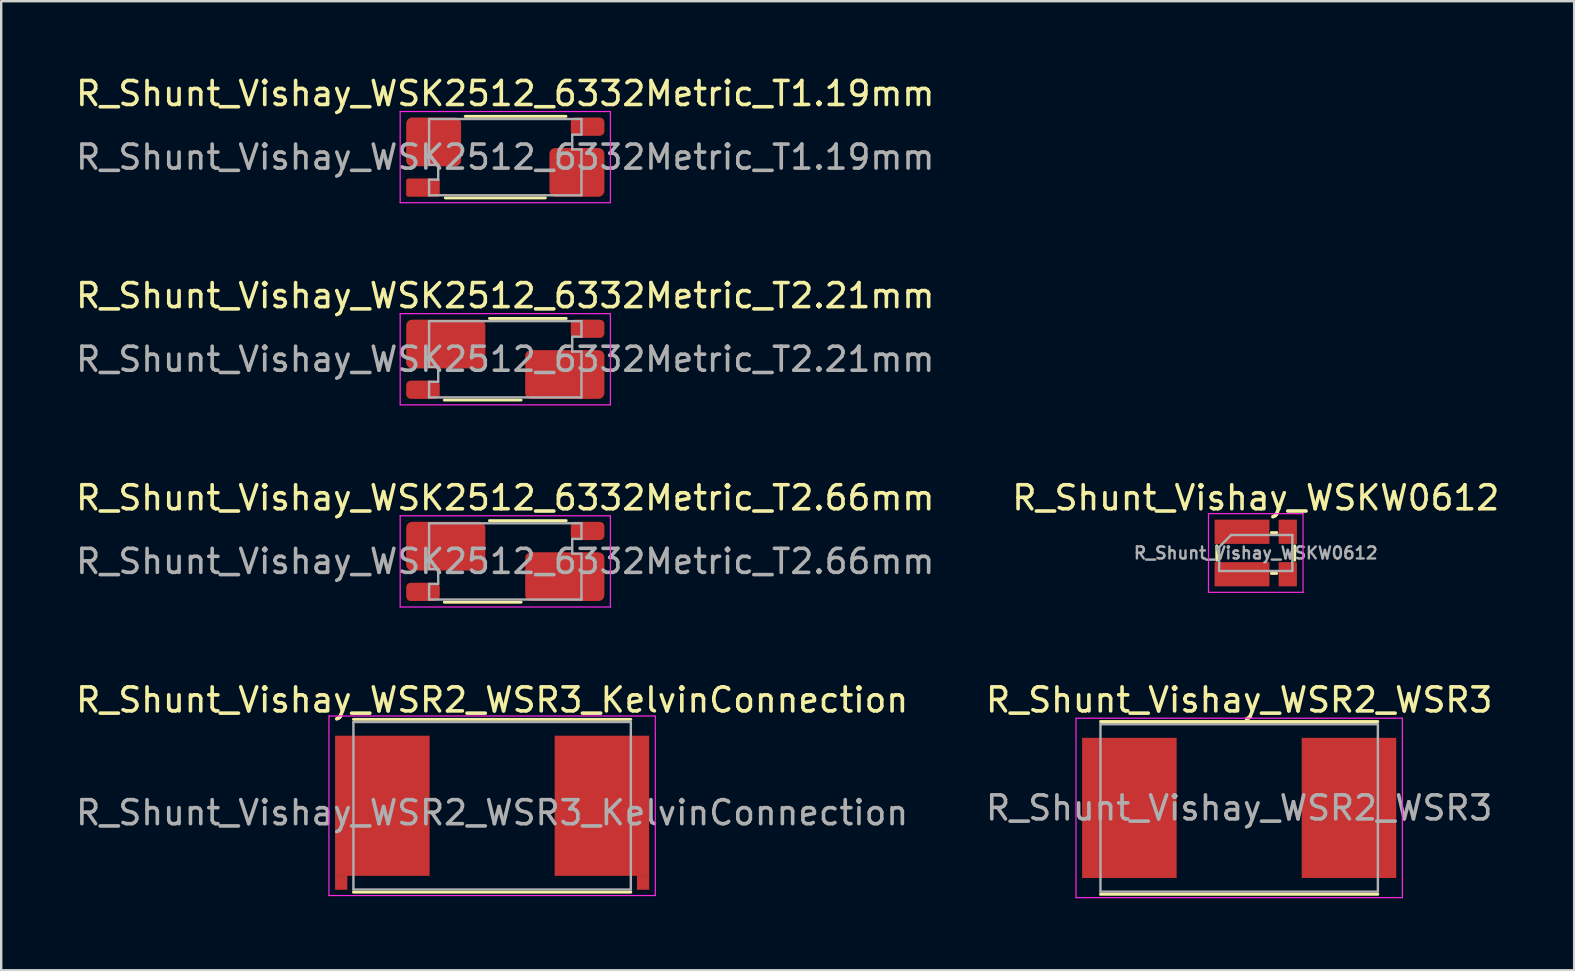
<source format=kicad_pcb>
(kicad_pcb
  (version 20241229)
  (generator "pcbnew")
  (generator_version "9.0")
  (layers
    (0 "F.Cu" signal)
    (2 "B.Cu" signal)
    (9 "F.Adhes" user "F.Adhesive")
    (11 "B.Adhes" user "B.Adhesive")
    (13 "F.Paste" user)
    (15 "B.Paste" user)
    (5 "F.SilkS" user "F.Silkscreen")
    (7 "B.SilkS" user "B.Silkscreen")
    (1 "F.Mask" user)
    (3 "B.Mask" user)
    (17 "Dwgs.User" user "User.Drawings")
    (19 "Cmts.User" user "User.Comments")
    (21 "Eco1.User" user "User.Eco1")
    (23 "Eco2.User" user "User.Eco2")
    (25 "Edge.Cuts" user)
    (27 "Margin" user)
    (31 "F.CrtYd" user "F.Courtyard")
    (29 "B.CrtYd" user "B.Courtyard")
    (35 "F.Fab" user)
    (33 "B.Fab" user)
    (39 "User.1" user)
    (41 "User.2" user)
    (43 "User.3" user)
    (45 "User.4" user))
  (footprint "R_Shunt_Vishay_WSR2_WSR3"
    (layer "F.Cu")
    (at 48.589 30.618)
    (property "Reference" "R_Shunt_Vishay_WSR2_WSR3" (at 0 -4.5 0) (layer "F.SilkS") (effects (font (size 1 1) (thickness 0.15))))
    (attr smd)
    (fp_line (start -5.78 -3.6) (end 5.78 -3.6) (stroke (width 0.12) (type solid)) (layer "F.SilkS"))
    (fp_line (start -5.78 3.6) (end 5.78 3.6) (stroke (width 0.12) (type solid)) (layer "F.SilkS"))
    (fp_line (start -6.8 -3.74) (end -6.8 3.74) (stroke (width 0.05) (type solid)) (layer "F.CrtYd"))
    (fp_line (start -6.8 -3.74) (end 6.8 -3.74) (stroke (width 0.05) (type solid)) (layer "F.CrtYd"))
    (fp_line (start -6.8 3.74) (end 6.8 3.74) (stroke (width 0.05) (type solid)) (layer "F.CrtYd"))
    (fp_line (start 6.8 -3.74) (end 6.8 3.74) (stroke (width 0.05) (type solid)) (layer "F.CrtYd"))
    (fp_line (start -5.78 -3.49) (end -5.78 3.49) (stroke (width 0.1) (type solid)) (layer "F.Fab"))
    (fp_line (start -5.78 -3.49) (end 5.78 -3.49) (stroke (width 0.1) (type solid)) (layer "F.Fab"))
    (fp_line (start -5.78 3.49) (end 5.78 3.49) (stroke (width 0.1) (type solid)) (layer "F.Fab"))
    (fp_line (start 5.78 -3.49) (end 5.78 3.49) (stroke (width 0.1) (type solid)) (layer "F.Fab"))
    (fp_text user "${REFERENCE}" (at 0 0 0) (layer "F.Fab") (effects (font (size 1 1) (thickness 0.15))))
    (pad "1" smd rect (at -4.575 0) (size 3.94 5.84) (layers "F.Cu" "F.Mask" "F.Paste"))
    (pad "2" smd rect (at 4.575 0) (size 3.94 5.84) (layers "F.Cu" "F.Mask" "F.Paste")))
  (footprint "R_Shunt_Vishay_WSK2512_6332Metric_T1.19mm"
    (layer "F.Cu")
    (at 18.006 3.498)
    (property "Reference" "R_Shunt_Vishay_WSK2512_6332Metric_T1.19mm" (at 0 -2.65 0) (layer "F.SilkS") (effects (font (size 1 1) (thickness 0.15))))
    (attr smd)
    (fp_line (start -2.5 1.7) (end 1.67 1.7) (stroke (width 0.12) (type solid)) (layer "F.SilkS"))
    (fp_line (start -1.67 -1.7) (end 2.53 -1.7) (stroke (width 0.12) (type solid)) (layer "F.SilkS"))
    (fp_line (start -4.38 -1.9) (end 4.38 -1.9) (stroke (width 0.05) (type solid)) (layer "F.CrtYd"))
    (fp_line (start -4.38 1.9) (end -4.38 -1.9) (stroke (width 0.05) (type solid)) (layer "F.CrtYd"))
    (fp_line (start 4.38 -1.9) (end 4.38 1.9) (stroke (width 0.05) (type solid)) (layer "F.CrtYd"))
    (fp_line (start 4.38 1.9) (end -4.38 1.9) (stroke (width 0.05) (type solid)) (layer "F.CrtYd"))
    (fp_line (start -3.175 -1.59) (end 3.175 -1.59) (stroke (width 0.1) (type solid)) (layer "F.Fab"))
    (fp_line (start -3.175 0.32) (end -3.175 -1.59) (stroke (width 0.1) (type solid)) (layer "F.Fab"))
    (fp_line (start -3.175 0.32) (end -2.795 0.32) (stroke (width 0.1) (type solid)) (layer "F.Fab"))
    (fp_line (start -3.175 0.94) (end -3.175 1.59) (stroke (width 0.1) (type solid)) (layer "F.Fab"))
    (fp_line (start -3.175 0.94) (end -2.795 0.94) (stroke (width 0.1) (type solid)) (layer "F.Fab"))
    (fp_line (start -2.795 0.94) (end -2.795 0.32) (stroke (width 0.1) (type solid)) (layer "F.Fab"))
    (fp_line (start 2.79 -0.94) (end 3.17 -0.94) (stroke (width 0.1) (type solid)) (layer "F.Fab"))
    (fp_line (start 2.79 -0.32) (end 2.79 -0.94) (stroke (width 0.1) (type solid)) (layer "F.Fab"))
    (fp_line (start 2.79 -0.32) (end 3.17 -0.32) (stroke (width 0.1) (type solid)) (layer "F.Fab"))
    (fp_line (start 3.175 -0.94) (end 3.175 -1.59) (stroke (width 0.1) (type solid)) (layer "F.Fab"))
    (fp_line (start 3.175 -0.32) (end 3.175 1.59) (stroke (width 0.1) (type solid)) (layer "F.Fab"))
    (fp_line (start 3.175 1.59) (end -3.175 1.59) (stroke (width 0.1) (type solid)) (layer "F.Fab"))
    (fp_text user "${REFERENCE}" (at 0 0 0) (layer "F.Fab") (effects (font (size 1 1) (thickness 0.15))))
    (pad "1" smd roundrect (at -2.985 -0.635) (size 2.29 2.03) (layers "F.Cu" "F.Mask" "F.Paste") (roundrect_rratio 0.12))
    (pad "2" smd roundrect (at -3.43 1.27) (size 1.4 0.76) (layers "F.Cu" "F.Mask" "F.Paste") (roundrect_rratio 0.12))
    (pad "3" smd roundrect (at 3.43 -1.27) (size 1.4 0.76) (layers "F.Cu" "F.Mask" "F.Paste") (roundrect_rratio 0.25))
    (pad "4" smd roundrect (at 2.985 0.635) (size 2.29 2.03) (layers "F.Cu" "F.Mask" "F.Paste") (roundrect_rratio 0.12)))
  (footprint "R_Shunt_Vishay_WSK2512_6332Metric_T2.66mm"
    (layer "F.Cu")
    (at 18.006 20.345)
    (property "Reference" "R_Shunt_Vishay_WSK2512_6332Metric_T2.66mm" (at 0 -2.65 0) (layer "F.SilkS") (effects (font (size 1 1) (thickness 0.15))))
    (attr smd)
    (fp_line (start -2.54 1.7) (end 0.66 1.7) (stroke (width 0.12) (type solid)) (layer "F.SilkS"))
    (fp_line (start -0.66 -1.7) (end 2.54 -1.7) (stroke (width 0.12) (type solid)) (layer "F.SilkS"))
    (fp_line (start -4.38 -1.9) (end 4.38 -1.9) (stroke (width 0.05) (type solid)) (layer "F.CrtYd"))
    (fp_line (start -4.38 1.9) (end -4.38 -1.9) (stroke (width 0.05) (type solid)) (layer "F.CrtYd"))
    (fp_line (start 4.38 -1.9) (end 4.38 1.9) (stroke (width 0.05) (type solid)) (layer "F.CrtYd"))
    (fp_line (start 4.38 1.9) (end -4.38 1.9) (stroke (width 0.05) (type solid)) (layer "F.CrtYd"))
    (fp_line (start -3.175 -1.59) (end 3.175 -1.59) (stroke (width 0.1) (type solid)) (layer "F.Fab"))
    (fp_line (start -3.175 0.32) (end -3.175 -1.59) (stroke (width 0.1) (type solid)) (layer "F.Fab"))
    (fp_line (start -3.175 0.32) (end -2.795 0.32) (stroke (width 0.1) (type solid)) (layer "F.Fab"))
    (fp_line (start -3.175 0.94) (end -3.175 1.59) (stroke (width 0.1) (type solid)) (layer "F.Fab"))
    (fp_line (start -3.175 0.94) (end -2.795 0.94) (stroke (width 0.1) (type solid)) (layer "F.Fab"))
    (fp_line (start -2.795 0.94) (end -2.795 0.32) (stroke (width 0.1) (type solid)) (layer "F.Fab"))
    (fp_line (start 2.79 -0.94) (end 3.17 -0.94) (stroke (width 0.1) (type solid)) (layer "F.Fab"))
    (fp_line (start 2.79 -0.32) (end 2.79 -0.94) (stroke (width 0.1) (type solid)) (layer "F.Fab"))
    (fp_line (start 2.79 -0.32) (end 3.17 -0.32) (stroke (width 0.1) (type solid)) (layer "F.Fab"))
    (fp_line (start 3.175 -0.94) (end 3.175 -1.59) (stroke (width 0.1) (type solid)) (layer "F.Fab"))
    (fp_line (start 3.175 -0.32) (end 3.175 1.59) (stroke (width 0.1) (type solid)) (layer "F.Fab"))
    (fp_line (start 3.175 1.59) (end -3.175 1.59) (stroke (width 0.1) (type solid)) (layer "F.Fab"))
    (fp_text user "${REFERENCE}" (at 0 0 0) (layer "F.Fab") (effects (font (size 1 1) (thickness 0.15))))
    (pad "1" smd roundrect (at -2.48 -0.635) (size 3.3 2.03) (layers "F.Cu" "F.Mask" "F.Paste") (roundrect_rratio 0.12))
    (pad "2" smd roundrect (at -3.43 1.27) (size 1.4 0.76) (layers "F.Cu" "F.Mask" "F.Paste") (roundrect_rratio 0.25))
    (pad "3" smd roundrect (at 3.43 -1.27) (size 1.4 0.76) (layers "F.Cu" "F.Mask" "F.Paste") (roundrect_rratio 0.25))
    (pad "4" smd roundrect (at 2.48 0.635) (size 3.3 2.03) (layers "F.Cu" "F.Mask" "F.Paste") (roundrect_rratio 0.12)))
  (footprint "R_Shunt_Vishay_WSK2512_6332Metric_T2.21mm"
    (layer "F.Cu")
    (at 18.006 11.921)
    (property "Reference" "R_Shunt_Vishay_WSK2512_6332Metric_T2.21mm" (at 0 -2.65 0) (layer "F.SilkS") (effects (font (size 1 1) (thickness 0.15))))
    (attr smd)
    (fp_line (start -2.54 1.7) (end 0.66 1.7) (stroke (width 0.12) (type solid)) (layer "F.SilkS"))
    (fp_line (start -0.66 -1.7) (end 2.54 -1.7) (stroke (width 0.12) (type solid)) (layer "F.SilkS"))
    (fp_line (start -4.38 -1.9) (end 4.38 -1.9) (stroke (width 0.05) (type solid)) (layer "F.CrtYd"))
    (fp_line (start -4.38 1.9) (end -4.38 -1.9) (stroke (width 0.05) (type solid)) (layer "F.CrtYd"))
    (fp_line (start 4.38 -1.9) (end 4.38 1.9) (stroke (width 0.05) (type solid)) (layer "F.CrtYd"))
    (fp_line (start 4.38 1.9) (end -4.38 1.9) (stroke (width 0.05) (type solid)) (layer "F.CrtYd"))
    (fp_line (start -3.175 -1.59) (end 3.175 -1.59) (stroke (width 0.1) (type solid)) (layer "F.Fab"))
    (fp_line (start -3.175 0.32) (end -3.175 -1.59) (stroke (width 0.1) (type solid)) (layer "F.Fab"))
    (fp_line (start -3.175 0.32) (end -2.795 0.32) (stroke (width 0.1) (type solid)) (layer "F.Fab"))
    (fp_line (start -3.175 0.94) (end -3.175 1.59) (stroke (width 0.1) (type solid)) (layer "F.Fab"))
    (fp_line (start -3.175 0.94) (end -2.795 0.94) (stroke (width 0.1) (type solid)) (layer "F.Fab"))
    (fp_line (start -2.795 0.94) (end -2.795 0.32) (stroke (width 0.1) (type solid)) (layer "F.Fab"))
    (fp_line (start 2.79 -0.94) (end 3.17 -0.94) (stroke (width 0.1) (type solid)) (layer "F.Fab"))
    (fp_line (start 2.79 -0.32) (end 2.79 -0.94) (stroke (width 0.1) (type solid)) (layer "F.Fab"))
    (fp_line (start 2.79 -0.32) (end 3.17 -0.32) (stroke (width 0.1) (type solid)) (layer "F.Fab"))
    (fp_line (start 3.175 -0.94) (end 3.175 -1.59) (stroke (width 0.1) (type solid)) (layer "F.Fab"))
    (fp_line (start 3.175 -0.32) (end 3.175 1.59) (stroke (width 0.1) (type solid)) (layer "F.Fab"))
    (fp_line (start 3.175 1.59) (end -3.175 1.59) (stroke (width 0.1) (type solid)) (layer "F.Fab"))
    (fp_text user "${REFERENCE}" (at 0 0 0) (layer "F.Fab") (effects (font (size 1 1) (thickness 0.15))))
    (pad "1" smd roundrect (at -2.48 -0.635) (size 3.3 2.03) (layers "F.Cu" "F.Mask" "F.Paste") (roundrect_rratio 0.12))
    (pad "2" smd roundrect (at -3.43 1.27) (size 1.4 0.76) (layers "F.Cu" "F.Mask" "F.Paste") (roundrect_rratio 0.25))
    (pad "3" smd roundrect (at 3.43 -1.27) (size 1.4 0.76) (layers "F.Cu" "F.Mask" "F.Paste") (roundrect_rratio 0.25))
    (pad "4" smd roundrect (at 2.48 0.635) (size 3.3 2.03) (layers "F.Cu" "F.Mask" "F.Paste") (roundrect_rratio 0.12)))
  (footprint "R_Shunt_Vishay_WSR2_WSR3_KelvinConnection"
    (layer "F.Cu")
    (at 17.458 30.818)
    (property "Reference" "R_Shunt_Vishay_WSR2_WSR3_KelvinConnection" (at 0 -4.7 0) (layer "F.SilkS") (effects (font (size 1 1) (thickness 0.15))))
    (attr smd)
    (fp_line (start -5.78 -3.89) (end 5.78 -3.89) (stroke (width 0.12) (type solid)) (layer "F.SilkS"))
    (fp_line (start -5.78 3.31) (end 5.78 3.31) (stroke (width 0.12) (type solid)) (layer "F.SilkS"))
    (fp_line (start -6.8 -4.03) (end -6.8 3.45) (stroke (width 0.05) (type solid)) (layer "F.CrtYd"))
    (fp_line (start -6.8 -4.03) (end 6.8 -4.03) (stroke (width 0.05) (type solid)) (layer "F.CrtYd"))
    (fp_line (start -6.8 3.45) (end 6.8 3.45) (stroke (width 0.05) (type solid)) (layer "F.CrtYd"))
    (fp_line (start 6.8 -4.03) (end 6.8 3.45) (stroke (width 0.05) (type solid)) (layer "F.CrtYd"))
    (fp_line (start -5.78 -3.78) (end -5.78 3.2) (stroke (width 0.1) (type solid)) (layer "F.Fab"))
    (fp_line (start -5.78 -3.78) (end 5.78 -3.78) (stroke (width 0.1) (type solid)) (layer "F.Fab"))
    (fp_line (start -5.78 3.2) (end 5.78 3.2) (stroke (width 0.1) (type solid)) (layer "F.Fab"))
    (fp_line (start 5.78 -3.78) (end 5.78 3.2) (stroke (width 0.1) (type solid)) (layer "F.Fab"))
    (fp_text user "${REFERENCE}" (at 0 0 0) (layer "F.Fab") (effects (font (size 1 1) (thickness 0.15))))
    (pad "1" smd rect (at -6.29 2.91) (size 0.51 0.6) (layers "F.Cu" "F.Mask" "F.Paste"))
    (pad "1" smd rect (at -4.575 -0.29) (size 3.94 5.84) (layers "F.Cu" "F.Mask" "F.Paste"))
    (pad "2" smd rect (at 4.575 -0.29) (size 3.94 5.84) (layers "F.Cu" "F.Mask" "F.Paste"))
    (pad "2" smd rect (at 6.29 2.91) (size 0.51 0.6) (layers "F.Cu" "F.Mask" "F.Paste")))
  (footprint "R_Shunt_Vishay_WSKW0612"
    (layer "F.Cu")
    (at 49.28 19.995)
    (property "Reference" "R_Shunt_Vishay_WSKW0612" (at 0 -2.3 0) (layer "F.SilkS") (effects (font (size 1 1) (thickness 0.15))))
    (attr smd)
    (fp_line (start -1.625 0.3) (end -1.625 -0.3) (stroke (width 0.12) (type solid)) (layer "F.SilkS"))
    (fp_line (start 0.65 -0.85) (end 0.875 -0.85) (stroke (width 0.12) (type solid)) (layer "F.SilkS"))
    (fp_line (start 0.65 0.85) (end 0.875 0.85) (stroke (width 0.12) (type solid)) (layer "F.SilkS"))
    (fp_line (start 1.625 0.3) (end 1.625 -0.3) (stroke (width 0.12) (type solid)) (layer "F.SilkS"))
    (fp_line (start -1.97 1.64) (end -1.97 -1.64) (stroke (width 0.05) (type solid)) (layer "F.CrtYd"))
    (fp_line (start -1.97 1.64) (end 1.97 1.64) (stroke (width 0.05) (type solid)) (layer "F.CrtYd"))
    (fp_line (start 1.97 -1.64) (end -1.97 -1.64) (stroke (width 0.05) (type solid)) (layer "F.CrtYd"))
    (fp_line (start 1.97 -1.64) (end 1.97 1.64) (stroke (width 0.05) (type solid)) (layer "F.CrtYd"))
    (fp_line (start -1.525 -0.25) (end -1.025 -0.75) (stroke (width 0.1) (type solid)) (layer "F.Fab"))
    (fp_line (start -1.525 0.75) (end -1.525 -0.25) (stroke (width 0.1) (type solid)) (layer "F.Fab"))
    (fp_line (start -1.525 0.75) (end 1.525 0.75) (stroke (width 0.1) (type solid)) (layer "F.Fab"))
    (fp_line (start 1.525 -0.75) (end -1.025 -0.75) (stroke (width 0.1) (type solid)) (layer "F.Fab"))
    (fp_line (start 1.525 0.75) (end 1.525 -0.75) (stroke (width 0.1) (type solid)) (layer "F.Fab"))
    (fp_text user "${REFERENCE}" (at 0 0 0) (layer "F.Fab") (effects (font (size 0.5 0.5) (thickness 0.1))))
    (pad "1" smd rect (at -0.572 -0.885) (size 2.287 1.01) (layers "F.Cu" "F.Mask" "F.Paste"))
    (pad "2" smd rect (at 1.334 -0.885) (size 0.762 1.01) (layers "F.Cu" "F.Mask" "F.Paste"))
    (pad "3" smd rect (at 1.334 0.885) (size 0.762 1.01) (layers "F.Cu" "F.Mask" "F.Paste"))
    (pad "4" smd rect (at -0.572 0.885) (size 2.287 1.01) (layers "F.Cu" "F.Mask" "F.Paste")))
  (gr_rect
    (start -3 -3)
    (end 62.548 37.383)
    (stroke (width 0.1) (type default))
    (fill no)
    (layer "Edge.Cuts")))
</source>
